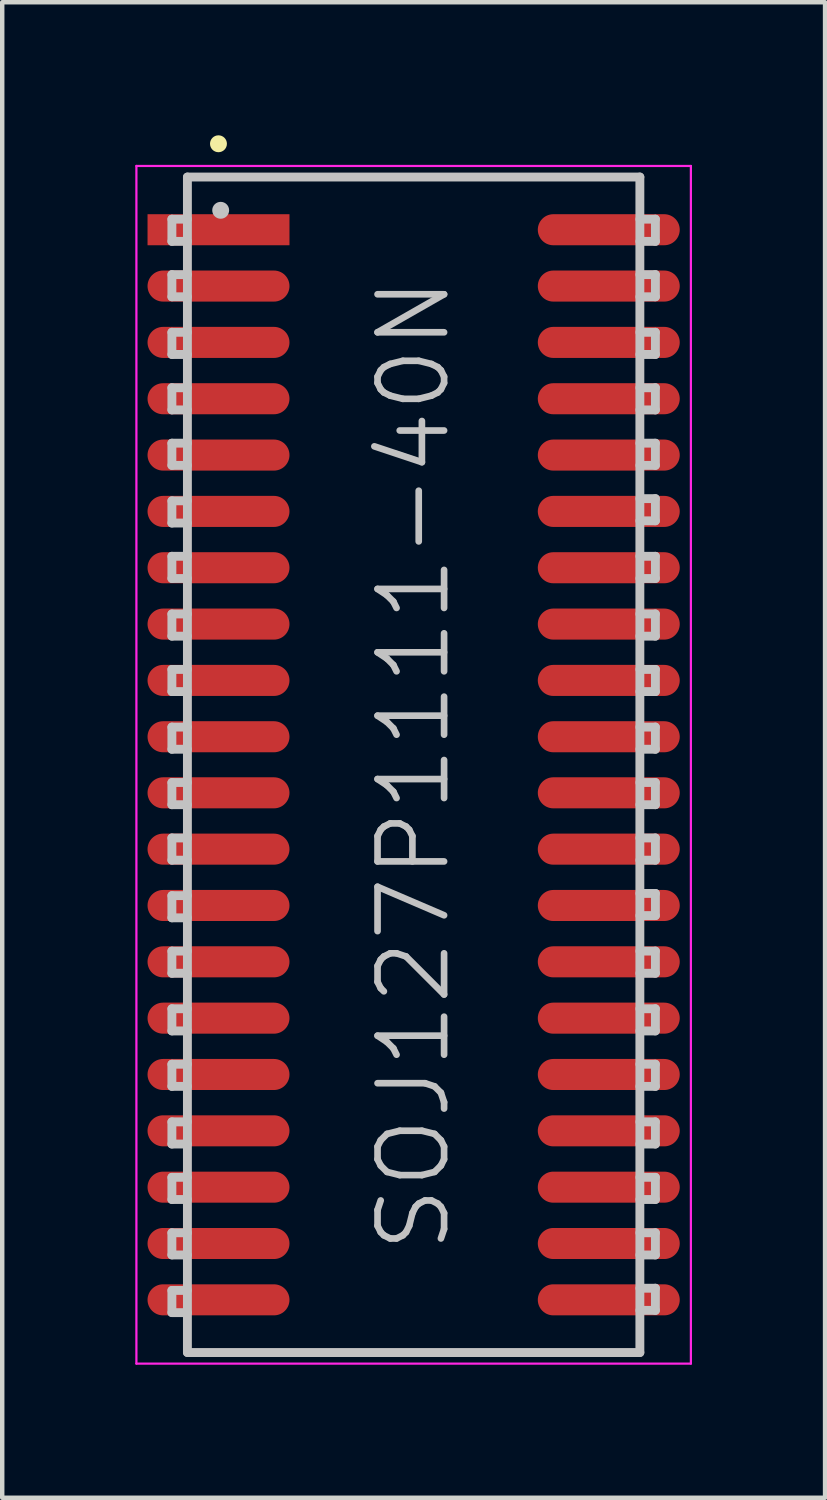
<source format=kicad_pcb>
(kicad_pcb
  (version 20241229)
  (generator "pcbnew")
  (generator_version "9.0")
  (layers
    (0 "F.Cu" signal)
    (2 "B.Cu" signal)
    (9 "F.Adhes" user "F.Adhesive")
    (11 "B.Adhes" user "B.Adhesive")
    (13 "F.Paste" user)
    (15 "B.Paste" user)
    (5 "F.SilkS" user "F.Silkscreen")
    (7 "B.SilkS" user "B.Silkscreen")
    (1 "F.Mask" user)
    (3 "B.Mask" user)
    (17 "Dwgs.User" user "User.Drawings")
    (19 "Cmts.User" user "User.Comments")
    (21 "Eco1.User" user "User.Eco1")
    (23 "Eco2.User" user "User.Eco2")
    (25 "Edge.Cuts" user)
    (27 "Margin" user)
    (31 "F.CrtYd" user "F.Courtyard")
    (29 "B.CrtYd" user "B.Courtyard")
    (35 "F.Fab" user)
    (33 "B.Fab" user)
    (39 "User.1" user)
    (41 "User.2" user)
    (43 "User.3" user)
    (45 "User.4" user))
  (footprint "SOJ127P1111-40N"
    (layer "F.Cu")
    (at 6.275 14.191)
    (property "Reference" "SOJ127P1111-40N" (at 0 0 90) (layer "Dwgs.User") (effects (font (size 1.5 1.5) (thickness 0.15))))
    (attr smd)
    (fp_line (start -4.4 -14) (end -4.4 -14) (stroke (width 0.381) (type solid)) (layer "F.SilkS"))
    (fp_line (start -5.45 -12.3) (end -5.45 -11.8) (stroke (width 0.2) (type solid)) (layer "Dwgs.User"))
    (fp_line (start -5.45 -11.8) (end -5.1 -11.8) (stroke (width 0.2) (type solid)) (layer "Dwgs.User"))
    (fp_line (start -5.45 -11.05) (end -5.45 -10.55) (stroke (width 0.2) (type solid)) (layer "Dwgs.User"))
    (fp_line (start -5.45 -10.55) (end -5.1 -10.55) (stroke (width 0.2) (type solid)) (layer "Dwgs.User"))
    (fp_line (start -5.45 -9.75) (end -5.45 -9.25) (stroke (width 0.2) (type solid)) (layer "Dwgs.User"))
    (fp_line (start -5.45 -9.25) (end -5.1 -9.25) (stroke (width 0.2) (type solid)) (layer "Dwgs.User"))
    (fp_line (start -5.45 -8.5) (end -5.45 -8) (stroke (width 0.2) (type solid)) (layer "Dwgs.User"))
    (fp_line (start -5.45 -8) (end -5.1 -8) (stroke (width 0.2) (type solid)) (layer "Dwgs.User"))
    (fp_line (start -5.45 -7.25) (end -5.45 -6.75) (stroke (width 0.2) (type solid)) (layer "Dwgs.User"))
    (fp_line (start -5.45 -6.75) (end -5.1 -6.75) (stroke (width 0.2) (type solid)) (layer "Dwgs.User"))
    (fp_line (start -5.45 -5.95) (end -5.45 -5.45) (stroke (width 0.2) (type solid)) (layer "Dwgs.User"))
    (fp_line (start -5.45 -5.45) (end -5.1 -5.45) (stroke (width 0.2) (type solid)) (layer "Dwgs.User"))
    (fp_line (start -5.45 -4.7) (end -5.45 -4.2) (stroke (width 0.2) (type solid)) (layer "Dwgs.User"))
    (fp_line (start -5.45 -4.2) (end -5.1 -4.2) (stroke (width 0.2) (type solid)) (layer "Dwgs.User"))
    (fp_line (start -5.45 -3.4) (end -5.45 -2.9) (stroke (width 0.2) (type solid)) (layer "Dwgs.User"))
    (fp_line (start -5.45 -2.9) (end -5.1 -2.9) (stroke (width 0.2) (type solid)) (layer "Dwgs.User"))
    (fp_line (start -5.45 -2.15) (end -5.45 -1.65) (stroke (width 0.2) (type solid)) (layer "Dwgs.User"))
    (fp_line (start -5.45 -1.65) (end -5.1 -1.65) (stroke (width 0.2) (type solid)) (layer "Dwgs.User"))
    (fp_line (start -5.45 -0.85) (end -5.45 -0.35) (stroke (width 0.2) (type solid)) (layer "Dwgs.User"))
    (fp_line (start -5.45 -0.35) (end -5.1 -0.35) (stroke (width 0.2) (type solid)) (layer "Dwgs.User"))
    (fp_line (start -5.45 0.4) (end -5.45 0.9) (stroke (width 0.2) (type solid)) (layer "Dwgs.User"))
    (fp_line (start -5.45 0.9) (end -5.1 0.9) (stroke (width 0.2) (type solid)) (layer "Dwgs.User"))
    (fp_line (start -5.45 1.65) (end -5.45 2.15) (stroke (width 0.2) (type solid)) (layer "Dwgs.User"))
    (fp_line (start -5.45 2.15) (end -5.1 2.15) (stroke (width 0.2) (type solid)) (layer "Dwgs.User"))
    (fp_line (start -5.45 2.95) (end -5.45 3.45) (stroke (width 0.2) (type solid)) (layer "Dwgs.User"))
    (fp_line (start -5.45 3.45) (end -5.1 3.45) (stroke (width 0.2) (type solid)) (layer "Dwgs.User"))
    (fp_line (start -5.45 4.2) (end -5.45 4.7) (stroke (width 0.2) (type solid)) (layer "Dwgs.User"))
    (fp_line (start -5.45 4.7) (end -5.1 4.7) (stroke (width 0.2) (type solid)) (layer "Dwgs.User"))
    (fp_line (start -5.45 5.5) (end -5.45 6) (stroke (width 0.2) (type solid)) (layer "Dwgs.User"))
    (fp_line (start -5.45 6) (end -5.1 6) (stroke (width 0.2) (type solid)) (layer "Dwgs.User"))
    (fp_line (start -5.45 6.75) (end -5.45 7.25) (stroke (width 0.2) (type solid)) (layer "Dwgs.User"))
    (fp_line (start -5.45 7.25) (end -5.1 7.25) (stroke (width 0.2) (type solid)) (layer "Dwgs.User"))
    (fp_line (start -5.45 8.05) (end -5.45 8.55) (stroke (width 0.2) (type solid)) (layer "Dwgs.User"))
    (fp_line (start -5.45 8.55) (end -5.1 8.55) (stroke (width 0.2) (type solid)) (layer "Dwgs.User"))
    (fp_line (start -5.45 9.3) (end -5.45 9.8) (stroke (width 0.2) (type solid)) (layer "Dwgs.User"))
    (fp_line (start -5.45 9.8) (end -5.1 9.8) (stroke (width 0.2) (type solid)) (layer "Dwgs.User"))
    (fp_line (start -5.45 10.55) (end -5.45 11.05) (stroke (width 0.2) (type solid)) (layer "Dwgs.User"))
    (fp_line (start -5.45 11.05) (end -5.1 11.05) (stroke (width 0.2) (type solid)) (layer "Dwgs.User"))
    (fp_line (start -5.45 11.85) (end -5.45 12.35) (stroke (width 0.2) (type solid)) (layer "Dwgs.User"))
    (fp_line (start -5.45 12.35) (end -5.1 12.35) (stroke (width 0.2) (type solid)) (layer "Dwgs.User"))
    (fp_line (start -5.1 -13.25) (end -5.1 13.25) (stroke (width 0.2) (type solid)) (layer "Dwgs.User"))
    (fp_line (start -5.1 -13.25) (end 5.1 -13.25) (stroke (width 0.2) (type solid)) (layer "Dwgs.User"))
    (fp_line (start -5.1 -12.3) (end -5.45 -12.3) (stroke (width 0.2) (type solid)) (layer "Dwgs.User"))
    (fp_line (start -5.1 -11.05) (end -5.45 -11.05) (stroke (width 0.2) (type solid)) (layer "Dwgs.User"))
    (fp_line (start -5.1 -9.75) (end -5.45 -9.75) (stroke (width 0.2) (type solid)) (layer "Dwgs.User"))
    (fp_line (start -5.1 -8.5) (end -5.45 -8.5) (stroke (width 0.2) (type solid)) (layer "Dwgs.User"))
    (fp_line (start -5.1 -7.25) (end -5.45 -7.25) (stroke (width 0.2) (type solid)) (layer "Dwgs.User"))
    (fp_line (start -5.1 -5.95) (end -5.45 -5.95) (stroke (width 0.2) (type solid)) (layer "Dwgs.User"))
    (fp_line (start -5.1 -4.7) (end -5.45 -4.7) (stroke (width 0.2) (type solid)) (layer "Dwgs.User"))
    (fp_line (start -5.1 -3.4) (end -5.45 -3.4) (stroke (width 0.2) (type solid)) (layer "Dwgs.User"))
    (fp_line (start -5.1 -2.15) (end -5.45 -2.15) (stroke (width 0.2) (type solid)) (layer "Dwgs.User"))
    (fp_line (start -5.1 -0.85) (end -5.45 -0.85) (stroke (width 0.2) (type solid)) (layer "Dwgs.User"))
    (fp_line (start -5.1 0.4) (end -5.45 0.4) (stroke (width 0.2) (type solid)) (layer "Dwgs.User"))
    (fp_line (start -5.1 1.65) (end -5.45 1.65) (stroke (width 0.2) (type solid)) (layer "Dwgs.User"))
    (fp_line (start -5.1 2.95) (end -5.45 2.95) (stroke (width 0.2) (type solid)) (layer "Dwgs.User"))
    (fp_line (start -5.1 4.2) (end -5.45 4.2) (stroke (width 0.2) (type solid)) (layer "Dwgs.User"))
    (fp_line (start -5.1 5.5) (end -5.45 5.5) (stroke (width 0.2) (type solid)) (layer "Dwgs.User"))
    (fp_line (start -5.1 6.75) (end -5.45 6.75) (stroke (width 0.2) (type solid)) (layer "Dwgs.User"))
    (fp_line (start -5.1 8.05) (end -5.45 8.05) (stroke (width 0.2) (type solid)) (layer "Dwgs.User"))
    (fp_line (start -5.1 9.3) (end -5.45 9.3) (stroke (width 0.2) (type solid)) (layer "Dwgs.User"))
    (fp_line (start -5.1 10.55) (end -5.45 10.55) (stroke (width 0.2) (type solid)) (layer "Dwgs.User"))
    (fp_line (start -5.1 11.85) (end -5.45 11.85) (stroke (width 0.2) (type solid)) (layer "Dwgs.User"))
    (fp_line (start -5.1 13.25) (end 5.1 13.25) (stroke (width 0.2) (type solid)) (layer "Dwgs.User"))
    (fp_line (start -4.35 -12.5) (end -4.35 -12.5) (stroke (width 0.381) (type solid)) (layer "Dwgs.User"))
    (fp_line (start 5.1 -13.25) (end 5.1 13.25) (stroke (width 0.2) (type solid)) (layer "Dwgs.User"))
    (fp_line (start 5.1 -12.3) (end 5.45 -12.3) (stroke (width 0.2) (type solid)) (layer "Dwgs.User"))
    (fp_line (start 5.1 -11.05) (end 5.45 -11.05) (stroke (width 0.2) (type solid)) (layer "Dwgs.User"))
    (fp_line (start 5.1 -9.75) (end 5.45 -9.75) (stroke (width 0.2) (type solid)) (layer "Dwgs.User"))
    (fp_line (start 5.1 -8.5) (end 5.45 -8.5) (stroke (width 0.2) (type solid)) (layer "Dwgs.User"))
    (fp_line (start 5.1 -7.25) (end 5.45 -7.25) (stroke (width 0.2) (type solid)) (layer "Dwgs.User"))
    (fp_line (start 5.1 -6) (end 5.45 -6) (stroke (width 0.2) (type solid)) (layer "Dwgs.User"))
    (fp_line (start 5.1 -4.7) (end 5.45 -4.7) (stroke (width 0.2) (type solid)) (layer "Dwgs.User"))
    (fp_line (start 5.1 -3.4) (end 5.45 -3.4) (stroke (width 0.2) (type solid)) (layer "Dwgs.User"))
    (fp_line (start 5.1 -2.15) (end 5.45 -2.15) (stroke (width 0.2) (type solid)) (layer "Dwgs.User"))
    (fp_line (start 5.1 -0.85) (end 5.45 -0.85) (stroke (width 0.2) (type solid)) (layer "Dwgs.User"))
    (fp_line (start 5.1 0.4) (end 5.45 0.4) (stroke (width 0.2) (type solid)) (layer "Dwgs.User"))
    (fp_line (start 5.1 1.65) (end 5.45 1.65) (stroke (width 0.2) (type solid)) (layer "Dwgs.User"))
    (fp_line (start 5.1 2.9) (end 5.45 2.9) (stroke (width 0.2) (type solid)) (layer "Dwgs.User"))
    (fp_line (start 5.1 4.2) (end 5.45 4.2) (stroke (width 0.2) (type solid)) (layer "Dwgs.User"))
    (fp_line (start 5.1 5.5) (end 5.45 5.5) (stroke (width 0.2) (type solid)) (layer "Dwgs.User"))
    (fp_line (start 5.1 6.75) (end 5.45 6.75) (stroke (width 0.2) (type solid)) (layer "Dwgs.User"))
    (fp_line (start 5.1 8.05) (end 5.45 8.05) (stroke (width 0.2) (type solid)) (layer "Dwgs.User"))
    (fp_line (start 5.1 9.3) (end 5.45 9.3) (stroke (width 0.2) (type solid)) (layer "Dwgs.User"))
    (fp_line (start 5.1 10.55) (end 5.45 10.55) (stroke (width 0.2) (type solid)) (layer "Dwgs.User"))
    (fp_line (start 5.1 11.8) (end 5.45 11.8) (stroke (width 0.2) (type solid)) (layer "Dwgs.User"))
    (fp_line (start 5.45 -12.3) (end 5.45 -11.8) (stroke (width 0.2) (type solid)) (layer "Dwgs.User"))
    (fp_line (start 5.45 -11.8) (end 5.1 -11.8) (stroke (width 0.2) (type solid)) (layer "Dwgs.User"))
    (fp_line (start 5.45 -11.05) (end 5.45 -10.55) (stroke (width 0.2) (type solid)) (layer "Dwgs.User"))
    (fp_line (start 5.45 -10.55) (end 5.1 -10.55) (stroke (width 0.2) (type solid)) (layer "Dwgs.User"))
    (fp_line (start 5.45 -9.75) (end 5.45 -9.25) (stroke (width 0.2) (type solid)) (layer "Dwgs.User"))
    (fp_line (start 5.45 -9.25) (end 5.1 -9.25) (stroke (width 0.2) (type solid)) (layer "Dwgs.User"))
    (fp_line (start 5.45 -8.5) (end 5.45 -8) (stroke (width 0.2) (type solid)) (layer "Dwgs.User"))
    (fp_line (start 5.45 -8) (end 5.1 -8) (stroke (width 0.2) (type solid)) (layer "Dwgs.User"))
    (fp_line (start 5.45 -7.25) (end 5.45 -6.75) (stroke (width 0.2) (type solid)) (layer "Dwgs.User"))
    (fp_line (start 5.45 -6.75) (end 5.1 -6.75) (stroke (width 0.2) (type solid)) (layer "Dwgs.User"))
    (fp_line (start 5.45 -6) (end 5.45 -5.5) (stroke (width 0.2) (type solid)) (layer "Dwgs.User"))
    (fp_line (start 5.45 -5.5) (end 5.1 -5.5) (stroke (width 0.2) (type solid)) (layer "Dwgs.User"))
    (fp_line (start 5.45 -4.7) (end 5.45 -4.2) (stroke (width 0.2) (type solid)) (layer "Dwgs.User"))
    (fp_line (start 5.45 -4.2) (end 5.1 -4.2) (stroke (width 0.2) (type solid)) (layer "Dwgs.User"))
    (fp_line (start 5.45 -3.4) (end 5.45 -2.9) (stroke (width 0.2) (type solid)) (layer "Dwgs.User"))
    (fp_line (start 5.45 -2.9) (end 5.1 -2.9) (stroke (width 0.2) (type solid)) (layer "Dwgs.User"))
    (fp_line (start 5.45 -2.15) (end 5.45 -1.65) (stroke (width 0.2) (type solid)) (layer "Dwgs.User"))
    (fp_line (start 5.45 -1.65) (end 5.1 -1.65) (stroke (width 0.2) (type solid)) (layer "Dwgs.User"))
    (fp_line (start 5.45 -0.85) (end 5.45 -0.35) (stroke (width 0.2) (type solid)) (layer "Dwgs.User"))
    (fp_line (start 5.45 -0.35) (end 5.1 -0.35) (stroke (width 0.2) (type solid)) (layer "Dwgs.User"))
    (fp_line (start 5.45 0.4) (end 5.45 0.9) (stroke (width 0.2) (type solid)) (layer "Dwgs.User"))
    (fp_line (start 5.45 0.9) (end 5.1 0.9) (stroke (width 0.2) (type solid)) (layer "Dwgs.User"))
    (fp_line (start 5.45 1.65) (end 5.45 2.15) (stroke (width 0.2) (type solid)) (layer "Dwgs.User"))
    (fp_line (start 5.45 2.15) (end 5.1 2.15) (stroke (width 0.2) (type solid)) (layer "Dwgs.User"))
    (fp_line (start 5.45 2.9) (end 5.45 3.4) (stroke (width 0.2) (type solid)) (layer "Dwgs.User"))
    (fp_line (start 5.45 3.4) (end 5.1 3.4) (stroke (width 0.2) (type solid)) (layer "Dwgs.User"))
    (fp_line (start 5.45 4.2) (end 5.45 4.7) (stroke (width 0.2) (type solid)) (layer "Dwgs.User"))
    (fp_line (start 5.45 4.7) (end 5.1 4.7) (stroke (width 0.2) (type solid)) (layer "Dwgs.User"))
    (fp_line (start 5.45 5.5) (end 5.45 6) (stroke (width 0.2) (type solid)) (layer "Dwgs.User"))
    (fp_line (start 5.45 6) (end 5.1 6) (stroke (width 0.2) (type solid)) (layer "Dwgs.User"))
    (fp_line (start 5.45 6.75) (end 5.45 7.25) (stroke (width 0.2) (type solid)) (layer "Dwgs.User"))
    (fp_line (start 5.45 7.25) (end 5.1 7.25) (stroke (width 0.2) (type solid)) (layer "Dwgs.User"))
    (fp_line (start 5.45 8.05) (end 5.45 8.55) (stroke (width 0.2) (type solid)) (layer "Dwgs.User"))
    (fp_line (start 5.45 8.55) (end 5.1 8.55) (stroke (width 0.2) (type solid)) (layer "Dwgs.User"))
    (fp_line (start 5.45 9.3) (end 5.45 9.8) (stroke (width 0.2) (type solid)) (layer "Dwgs.User"))
    (fp_line (start 5.45 9.8) (end 5.1 9.8) (stroke (width 0.2) (type solid)) (layer "Dwgs.User"))
    (fp_line (start 5.45 10.55) (end 5.45 11.05) (stroke (width 0.2) (type solid)) (layer "Dwgs.User"))
    (fp_line (start 5.45 11.05) (end 5.1 11.05) (stroke (width 0.2) (type solid)) (layer "Dwgs.User"))
    (fp_line (start 5.45 11.8) (end 5.45 12.3) (stroke (width 0.2) (type solid)) (layer "Dwgs.User"))
    (fp_line (start 5.45 12.3) (end 5.1 12.3) (stroke (width 0.2) (type solid)) (layer "Dwgs.User"))
    (fp_line (start -6.25 -13.5) (end -6.25 13.5) (stroke (width 0.05) (type solid)) (layer "F.CrtYd"))
    (fp_line (start -6.25 -13.5) (end 6.25 -13.5) (stroke (width 0.05) (type solid)) (layer "F.CrtYd"))
    (fp_line (start -6.25 13.5) (end 6.25 13.5) (stroke (width 0.05) (type solid)) (layer "F.CrtYd"))
    (fp_line (start 6.25 -13.5) (end 6.25 13.5) (stroke (width 0.05) (type solid)) (layer "F.CrtYd"))
    (pad "1" smd rect (at -4.399 -12.062 90) (size 0.7 3.2) (layers "F.Cu" "F.Mask" "F.Paste"))
    (pad "2" smd oval (at -4.399 -10.792 90) (size 0.7 3.2) (layers "F.Cu" "F.Mask" "F.Paste"))
    (pad "3" smd oval (at -4.399 -9.522 90) (size 0.7 3.2) (layers "F.Cu" "F.Mask" "F.Paste"))
    (pad "4" smd oval (at -4.399 -8.252 90) (size 0.7 3.2) (layers "F.Cu" "F.Mask" "F.Paste"))
    (pad "5" smd oval (at -4.399 -6.982 90) (size 0.7 3.2) (layers "F.Cu" "F.Mask" "F.Paste"))
    (pad "6" smd oval (at -4.399 -5.712 90) (size 0.7 3.2) (layers "F.Cu" "F.Mask" "F.Paste"))
    (pad "7" smd oval (at -4.399 -4.442 90) (size 0.7 3.2) (layers "F.Cu" "F.Mask" "F.Paste"))
    (pad "8" smd oval (at -4.399 -3.172 90) (size 0.7 3.2) (layers "F.Cu" "F.Mask" "F.Paste"))
    (pad "9" smd oval (at -4.399 -1.902 90) (size 0.7 3.2) (layers "F.Cu" "F.Mask" "F.Paste"))
    (pad "10" smd oval (at -4.399 -0.632 90) (size 0.7 3.2) (layers "F.Cu" "F.Mask" "F.Paste"))
    (pad "11" smd oval (at -4.399 0.632 90) (size 0.7 3.2) (layers "F.Cu" "F.Mask" "F.Paste"))
    (pad "12" smd oval (at -4.399 1.902 90) (size 0.7 3.2) (layers "F.Cu" "F.Mask" "F.Paste"))
    (pad "13" smd oval (at -4.399 3.172 90) (size 0.7 3.2) (layers "F.Cu" "F.Mask" "F.Paste"))
    (pad "14" smd oval (at -4.399 4.442 90) (size 0.7 3.2) (layers "F.Cu" "F.Mask" "F.Paste"))
    (pad "15" smd oval (at -4.399 5.712 90) (size 0.7 3.2) (layers "F.Cu" "F.Mask" "F.Paste"))
    (pad "16" smd oval (at -4.399 6.982 90) (size 0.7 3.2) (layers "F.Cu" "F.Mask" "F.Paste"))
    (pad "17" smd oval (at -4.399 8.252 90) (size 0.7 3.2) (layers "F.Cu" "F.Mask" "F.Paste"))
    (pad "18" smd oval (at -4.399 9.522 90) (size 0.7 3.2) (layers "F.Cu" "F.Mask" "F.Paste"))
    (pad "19" smd oval (at -4.399 10.792 90) (size 0.7 3.2) (layers "F.Cu" "F.Mask" "F.Paste"))
    (pad "20" smd oval (at -4.399 12.062 90) (size 0.7 3.2) (layers "F.Cu" "F.Mask" "F.Paste"))
    (pad "21" smd oval (at 4.399 12.062 270) (size 0.7 3.2) (layers "F.Cu" "F.Mask" "F.Paste"))
    (pad "22" smd oval (at 4.399 10.792 270) (size 0.7 3.2) (layers "F.Cu" "F.Mask" "F.Paste"))
    (pad "23" smd oval (at 4.399 9.522 270) (size 0.7 3.2) (layers "F.Cu" "F.Mask" "F.Paste"))
    (pad "24" smd oval (at 4.399 8.252 270) (size 0.7 3.2) (layers "F.Cu" "F.Mask" "F.Paste"))
    (pad "25" smd oval (at 4.399 6.982 270) (size 0.7 3.2) (layers "F.Cu" "F.Mask" "F.Paste"))
    (pad "26" smd oval (at 4.399 5.712 270) (size 0.7 3.2) (layers "F.Cu" "F.Mask" "F.Paste"))
    (pad "27" smd oval (at 4.399 4.442 270) (size 0.7 3.2) (layers "F.Cu" "F.Mask" "F.Paste"))
    (pad "28" smd oval (at 4.399 3.172 270) (size 0.7 3.2) (layers "F.Cu" "F.Mask" "F.Paste"))
    (pad "29" smd oval (at 4.399 1.902 270) (size 0.7 3.2) (layers "F.Cu" "F.Mask" "F.Paste"))
    (pad "30" smd oval (at 4.399 0.632 270) (size 0.7 3.2) (layers "F.Cu" "F.Mask" "F.Paste"))
    (pad "31" smd oval (at 4.399 -0.632 270) (size 0.7 3.2) (layers "F.Cu" "F.Mask" "F.Paste"))
    (pad "32" smd oval (at 4.399 -1.902 270) (size 0.7 3.2) (layers "F.Cu" "F.Mask" "F.Paste"))
    (pad "33" smd oval (at 4.399 -3.172 270) (size 0.7 3.2) (layers "F.Cu" "F.Mask" "F.Paste"))
    (pad "34" smd oval (at 4.399 -4.442 270) (size 0.7 3.2) (layers "F.Cu" "F.Mask" "F.Paste"))
    (pad "35" smd oval (at 4.399 -5.712 270) (size 0.7 3.2) (layers "F.Cu" "F.Mask" "F.Paste"))
    (pad "36" smd oval (at 4.399 -6.982 270) (size 0.7 3.2) (layers "F.Cu" "F.Mask" "F.Paste"))
    (pad "37" smd oval (at 4.399 -8.252 270) (size 0.7 3.2) (layers "F.Cu" "F.Mask" "F.Paste"))
    (pad "38" smd oval (at 4.399 -9.522 270) (size 0.7 3.2) (layers "F.Cu" "F.Mask" "F.Paste"))
    (pad "39" smd oval (at 4.399 -10.792 270) (size 0.7 3.2) (layers "F.Cu" "F.Mask" "F.Paste"))
    (pad "40" smd oval (at 4.399 -12.062 270) (size 0.7 3.2) (layers "F.Cu" "F.Mask" "F.Paste")))
  (gr_rect
    (start -3 -3)
    (end 15.55 30.715)
    (stroke (width 0.1) (type default))
    (fill no)
    (layer "Edge.Cuts")))
</source>
